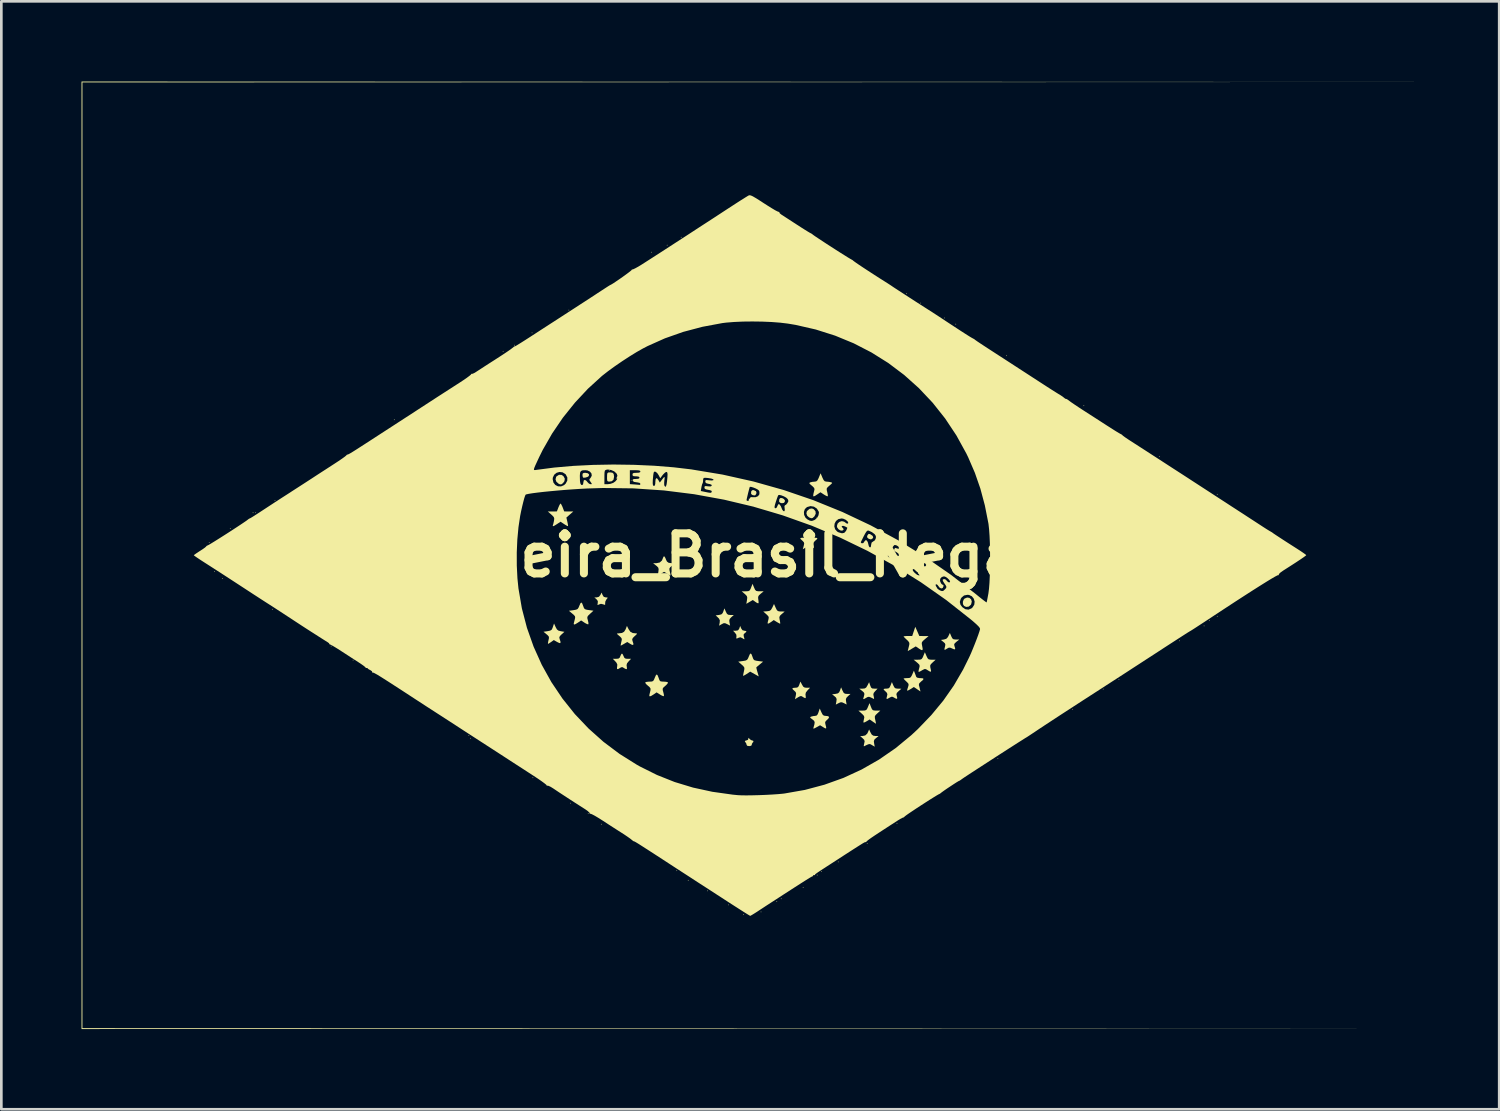
<source format=kicad_pcb>
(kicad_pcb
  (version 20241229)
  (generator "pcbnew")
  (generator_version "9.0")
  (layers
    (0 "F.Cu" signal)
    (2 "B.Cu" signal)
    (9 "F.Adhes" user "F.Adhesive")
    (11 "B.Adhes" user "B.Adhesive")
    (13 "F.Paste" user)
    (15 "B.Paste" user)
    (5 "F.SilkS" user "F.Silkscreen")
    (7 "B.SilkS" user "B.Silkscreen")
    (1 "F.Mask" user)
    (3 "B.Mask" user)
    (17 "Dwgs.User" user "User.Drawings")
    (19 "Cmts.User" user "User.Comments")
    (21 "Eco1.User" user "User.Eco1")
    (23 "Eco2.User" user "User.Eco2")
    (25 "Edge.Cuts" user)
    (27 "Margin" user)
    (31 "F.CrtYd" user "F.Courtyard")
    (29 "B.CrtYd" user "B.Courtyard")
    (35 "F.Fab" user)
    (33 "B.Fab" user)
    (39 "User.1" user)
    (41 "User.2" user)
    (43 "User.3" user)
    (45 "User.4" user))
  (footprint "Bandeira_Brasil_Negativo"
    (layer "F.Cu")
    (at 25.006 17.721)
    (property "Reference" "Bandeira_Brasil_Negativo" (at 0 0 0) (layer "F.SilkS") (effects (font (size 1.5 1.5) (thickness 0.3))))
    (attr board_only exclude_from_pos_files exclude_from_bom)
    (fp_poly (pts (xy -20.215 -0.476) (xy -20.231 -0.459) (xy -20.248 -0.476) (xy -20.231 -0.492)) (stroke (width 0) (type solid)) (fill yes) (layer "F.SilkS"))
    (fp_poly (pts (xy -20.018 0.607) (xy -20.034 0.624) (xy -20.051 0.607) (xy -20.034 0.591)) (stroke (width 0) (type solid)) (fill yes) (layer "F.SilkS"))
    (fp_poly (pts (xy -19.723 0.87) (xy -19.739 0.886) (xy -19.756 0.87) (xy -19.739 0.853)) (stroke (width 0) (type solid)) (fill yes) (layer "F.SilkS"))
    (fp_poly (pts (xy -19.427 -1.001) (xy -19.444 -0.984) (xy -19.46 -1.001) (xy -19.444 -1.017)) (stroke (width 0) (type solid)) (fill yes) (layer "F.SilkS"))
    (fp_poly (pts (xy -18.574 -1.592) (xy -18.591 -1.575) (xy -18.607 -1.592) (xy -18.591 -1.608)) (stroke (width 0) (type solid)) (fill yes) (layer "F.SilkS"))
    (fp_poly (pts (xy -18.476 -1.592) (xy -18.492 -1.575) (xy -18.509 -1.592) (xy -18.492 -1.608)) (stroke (width 0) (type solid)) (fill yes) (layer "F.SilkS"))
    (fp_poly (pts (xy -17.852 2.018) (xy -17.869 2.035) (xy -17.885 2.018) (xy -17.869 2.002)) (stroke (width 0) (type solid)) (fill yes) (layer "F.SilkS"))
    (fp_poly (pts (xy -17.754 -2.051) (xy -17.77 -2.035) (xy -17.787 -2.051) (xy -17.77 -2.067)) (stroke (width 0) (type solid)) (fill yes) (layer "F.SilkS"))
    (fp_poly (pts (xy -15.653 3.397) (xy -15.67 3.413) (xy -15.686 3.397) (xy -15.67 3.38)) (stroke (width 0) (type solid)) (fill yes) (layer "F.SilkS"))
    (fp_poly (pts (xy -14.833 3.922) (xy -14.849 3.938) (xy -14.866 3.922) (xy -14.849 3.905)) (stroke (width 0) (type solid)) (fill yes) (layer "F.SilkS"))
    (fp_poly (pts (xy -13.291 -5.07) (xy -13.307 -5.054) (xy -13.324 -5.07) (xy -13.307 -5.087)) (stroke (width 0) (type solid)) (fill yes) (layer "F.SilkS"))
    (fp_poly (pts (xy -10.501 6.744) (xy -10.518 6.76) (xy -10.534 6.744) (xy -10.518 6.727)) (stroke (width 0) (type solid)) (fill yes) (layer "F.SilkS"))
    (fp_poly (pts (xy -10.436 6.842) (xy -10.452 6.859) (xy -10.468 6.842) (xy -10.452 6.826)) (stroke (width 0) (type solid)) (fill yes) (layer "F.SilkS"))
    (fp_poly (pts (xy -9.221 -7.63) (xy -9.238 -7.613) (xy -9.254 -7.63) (xy -9.238 -7.646)) (stroke (width 0) (type solid)) (fill yes) (layer "F.SilkS"))
    (fp_poly (pts (xy -8.795 -7.86) (xy -8.811 -7.843) (xy -8.828 -7.86) (xy -8.811 -7.876)) (stroke (width 0) (type solid)) (fill yes) (layer "F.SilkS"))
    (fp_poly (pts (xy -8.139 -8.319) (xy -8.155 -8.303) (xy -8.171 -8.319) (xy -8.155 -8.335)) (stroke (width 0) (type solid)) (fill yes) (layer "F.SilkS"))
    (fp_poly (pts (xy -8.106 8.319) (xy -8.122 8.335) (xy -8.139 8.319) (xy -8.122 8.303)) (stroke (width 0) (type solid)) (fill yes) (layer "F.SilkS"))
    (fp_poly (pts (xy -6.76 -9.172) (xy -6.777 -9.156) (xy -6.793 -9.172) (xy -6.777 -9.189)) (stroke (width 0) (type solid)) (fill yes) (layer "F.SilkS"))
    (fp_poly (pts (xy -6.695 9.271) (xy -6.711 9.287) (xy -6.727 9.271) (xy -6.711 9.254)) (stroke (width 0) (type solid)) (fill yes) (layer "F.SilkS"))
    (fp_poly (pts (xy -6.038 9.664) (xy -6.055 9.681) (xy -6.071 9.664) (xy -6.055 9.648)) (stroke (width 0) (type solid)) (fill yes) (layer "F.SilkS"))
    (fp_poly (pts (xy -5.546 10.058) (xy -5.562 10.075) (xy -5.579 10.058) (xy -5.562 10.042)) (stroke (width 0) (type solid)) (fill yes) (layer "F.SilkS"))
    (fp_poly (pts (xy -5.251 -3.167) (xy -5.267 -3.15) (xy -5.283 -3.167) (xy -5.267 -3.183)) (stroke (width 0) (type solid)) (fill yes) (layer "F.SilkS"))
    (fp_poly (pts (xy -4.43 -2.806) (xy -4.447 -2.789) (xy -4.463 -2.806) (xy -4.447 -2.822)) (stroke (width 0) (type solid)) (fill yes) (layer "F.SilkS"))
    (fp_poly (pts (xy -3.675 -11.338) (xy -3.692 -11.322) (xy -3.708 -11.338) (xy -3.692 -11.355)) (stroke (width 0) (type solid)) (fill yes) (layer "F.SilkS"))
    (fp_poly (pts (xy -3.085 -11.601) (xy -3.101 -11.584) (xy -3.118 -11.601) (xy -3.101 -11.617)) (stroke (width 0) (type solid)) (fill yes) (layer "F.SilkS"))
    (fp_poly (pts (xy -2.724 11.798) (xy -2.74 11.814) (xy -2.757 11.798) (xy -2.74 11.781)) (stroke (width 0) (type solid)) (fill yes) (layer "F.SilkS"))
    (fp_poly (pts (xy -2.56 -11.896) (xy -2.576 -11.88) (xy -2.593 -11.896) (xy -2.576 -11.912)) (stroke (width 0) (type solid)) (fill yes) (layer "F.SilkS"))
    (fp_poly (pts (xy -2.297 12.159) (xy -2.314 12.175) (xy -2.33 12.159) (xy -2.314 12.142)) (stroke (width 0) (type solid)) (fill yes) (layer "F.SilkS"))
    (fp_poly (pts (xy -1.575 12.552) (xy -1.592 12.569) (xy -1.608 12.552) (xy -1.592 12.536)) (stroke (width 0) (type solid)) (fill yes) (layer "F.SilkS"))
    (fp_poly (pts (xy -0.788 13.077) (xy -0.804 13.094) (xy -0.82 13.077) (xy -0.804 13.061)) (stroke (width 0) (type solid)) (fill yes) (layer "F.SilkS"))
    (fp_poly (pts (xy -0.23 13.438) (xy -0.246 13.455) (xy -0.263 13.438) (xy -0.246 13.422)) (stroke (width 0) (type solid)) (fill yes) (layer "F.SilkS"))
    (fp_poly (pts (xy 0.427 13.34) (xy 0.41 13.356) (xy 0.394 13.34) (xy 0.41 13.324)) (stroke (width 0) (type solid)) (fill yes) (layer "F.SilkS"))
    (fp_poly (pts (xy 1.017 12.946) (xy 1.001 12.963) (xy 0.984 12.946) (xy 1.001 12.93)) (stroke (width 0) (type solid)) (fill yes) (layer "F.SilkS"))
    (fp_poly (pts (xy 1.181 12.848) (xy 1.165 12.864) (xy 1.149 12.848) (xy 1.165 12.831)) (stroke (width 0) (type solid)) (fill yes) (layer "F.SilkS"))
    (fp_poly (pts (xy 2.002 12.421) (xy 1.985 12.437) (xy 1.969 12.421) (xy 1.985 12.405)) (stroke (width 0) (type solid)) (fill yes) (layer "F.SilkS"))
    (fp_poly (pts (xy 2.494 -1.395) (xy 2.478 -1.378) (xy 2.461 -1.395) (xy 2.478 -1.411)) (stroke (width 0) (type solid)) (fill yes) (layer "F.SilkS"))
    (fp_poly (pts (xy 2.527 11.962) (xy 2.51 11.978) (xy 2.494 11.962) (xy 2.51 11.945)) (stroke (width 0) (type solid)) (fill yes) (layer "F.SilkS"))
    (fp_poly (pts (xy 2.691 11.83) (xy 2.675 11.847) (xy 2.658 11.83) (xy 2.675 11.814)) (stroke (width 0) (type solid)) (fill yes) (layer "F.SilkS"))
    (fp_poly (pts (xy 3.314 11.469) (xy 3.298 11.486) (xy 3.282 11.469) (xy 3.298 11.453)) (stroke (width 0) (type solid)) (fill yes) (layer "F.SilkS"))
    (fp_poly (pts (xy 4.397 10.78) (xy 4.381 10.797) (xy 4.365 10.78) (xy 4.381 10.764)) (stroke (width 0) (type solid)) (fill yes) (layer "F.SilkS"))
    (fp_poly (pts (xy 5.513 10.025) (xy 5.497 10.042) (xy 5.48 10.025) (xy 5.497 10.009)) (stroke (width 0) (type solid)) (fill yes) (layer "F.SilkS"))
    (fp_poly (pts (xy 5.874 -9.796) (xy 5.858 -9.779) (xy 5.841 -9.796) (xy 5.858 -9.812)) (stroke (width 0) (type solid)) (fill yes) (layer "F.SilkS"))
    (fp_poly (pts (xy 6.399 -9.435) (xy 6.383 -9.418) (xy 6.366 -9.435) (xy 6.383 -9.451)) (stroke (width 0) (type solid)) (fill yes) (layer "F.SilkS"))
    (fp_poly (pts (xy 7.285 -8.877) (xy 7.269 -8.86) (xy 7.252 -8.877) (xy 7.269 -8.893)) (stroke (width 0) (type solid)) (fill yes) (layer "F.SilkS"))
    (fp_poly (pts (xy 7.712 -8.647) (xy 7.695 -8.631) (xy 7.679 -8.647) (xy 7.695 -8.664)) (stroke (width 0) (type solid)) (fill yes) (layer "F.SilkS"))
    (fp_poly (pts (xy 9.287 7.597) (xy 9.271 7.613) (xy 9.254 7.597) (xy 9.271 7.581)) (stroke (width 0) (type solid)) (fill yes) (layer "F.SilkS"))
    (fp_poly (pts (xy 9.615 -7.466) (xy 9.599 -7.449) (xy 9.582 -7.466) (xy 9.599 -7.482)) (stroke (width 0) (type solid)) (fill yes) (layer "F.SilkS"))
    (fp_poly (pts (xy 12.076 5.759) (xy 12.06 5.776) (xy 12.044 5.759) (xy 12.06 5.743)) (stroke (width 0) (type solid)) (fill yes) (layer "F.SilkS"))
    (fp_poly (pts (xy 12.503 -5.595) (xy 12.487 -5.579) (xy 12.47 -5.595) (xy 12.487 -5.612)) (stroke (width 0) (type solid)) (fill yes) (layer "F.SilkS"))
    (fp_poly (pts (xy 13.225 5.005) (xy 13.209 5.021) (xy 13.192 5.005) (xy 13.209 4.988)) (stroke (width 0) (type solid)) (fill yes) (layer "F.SilkS"))
    (fp_poly (pts (xy 13.816 4.644) (xy 13.799 4.66) (xy 13.783 4.644) (xy 13.799 4.627)) (stroke (width 0) (type solid)) (fill yes) (layer "F.SilkS"))
    (fp_poly (pts (xy 15.325 -3.692) (xy 15.309 -3.675) (xy 15.293 -3.692) (xy 15.309 -3.708)) (stroke (width 0) (type solid)) (fill yes) (layer "F.SilkS"))
    (fp_poly (pts (xy 16.08 3.2) (xy 16.064 3.216) (xy 16.047 3.2) (xy 16.064 3.183)) (stroke (width 0) (type solid)) (fill yes) (layer "F.SilkS"))
    (fp_poly (pts (xy 16.999 2.642) (xy 16.983 2.658) (xy 16.966 2.642) (xy 16.983 2.625)) (stroke (width 0) (type solid)) (fill yes) (layer "F.SilkS"))
    (fp_poly (pts (xy 17.196 2.445) (xy 17.179 2.461) (xy 17.163 2.445) (xy 17.179 2.428)) (stroke (width 0) (type solid)) (fill yes) (layer "F.SilkS"))
    (fp_poly (pts (xy 17.491 -2.281) (xy 17.475 -2.264) (xy 17.458 -2.281) (xy 17.475 -2.297)) (stroke (width 0) (type solid)) (fill yes) (layer "F.SilkS"))
    (fp_poly (pts (xy 17.491 2.281) (xy 17.475 2.297) (xy 17.458 2.281) (xy 17.475 2.264)) (stroke (width 0) (type solid)) (fill yes) (layer "F.SilkS"))
    (fp_poly (pts (xy 0.142 -2.436) (xy 0.223 -2.396) (xy 0.242 -2.334) (xy 0.226 -2.291) (xy 0.198 -2.248) (xy 0.161 -2.239) (xy 0.09 -2.254) (xy 0.04 -2.294) (xy 0.041 -2.374) (xy 0.051 -2.406) (xy 0.095 -2.439)) (stroke (width 0) (type solid)) (fill yes) (layer "F.SilkS"))
    (fp_poly (pts (xy 1.204 -2.138) (xy 1.265 -2.105) (xy 1.303 -2.054) (xy 1.306 -2.023) (xy 1.273 -1.962) (xy 1.196 -1.948) (xy 1.14 -1.958) (xy 1.09 -1.999) (xy 1.091 -2.078) (xy 1.102 -2.111) (xy 1.141 -2.144)) (stroke (width 0) (type solid)) (fill yes) (layer "F.SilkS"))
    (fp_poly (pts (xy 0.008 -17.713) (xy 25.023 -17.705) (xy 0.025 -17.696) (xy -24.973 -17.688) (xy -24.973 0) (xy -24.973 17.688) (xy 0.025 17.696) (xy 25.023 17.705) (xy 0.008 17.713) (xy -25.006 17.721) (xy -25.006 0) (xy -25.006 -17.721)) (stroke (width 0) (type solid)) (fill yes) (layer "F.SilkS"))
    (fp_poly (pts (xy 4.481 -0.795) (xy 4.505 -0.783) (xy 4.588 -0.724) (xy 4.606 -0.666) (xy 4.588 -0.633) (xy 4.525 -0.593) (xy 4.446 -0.615) (xy 4.416 -0.634) (xy 4.376 -0.678) (xy 4.386 -0.734) (xy 4.395 -0.75) (xy 4.432 -0.799)) (stroke (width 0) (type solid)) (fill yes) (layer "F.SilkS"))
    (fp_poly (pts (xy -7.052 -3.008) (xy -6.979 -2.959) (xy -6.929 -2.865) (xy -6.944 -2.769) (xy -6.998 -2.699) (xy -7.057 -2.654) (xy -7.108 -2.653) (xy -7.162 -2.678) (xy -7.244 -2.749) (xy -7.276 -2.839) (xy -7.254 -2.929) (xy -7.235 -2.955) (xy -7.148 -3.01)) (stroke (width 0) (type solid)) (fill yes) (layer "F.SilkS"))
    (fp_poly (pts (xy -6.067 -3.068) (xy -6.022 -3.025) (xy -6.032 -2.965) (xy -6.033 -2.964) (xy -6.08 -2.931) (xy -6.153 -2.908) (xy -6.22 -2.901) (xy -6.247 -2.91) (xy -6.263 -2.957) (xy -6.268 -3.008) (xy -6.258 -3.061) (xy -6.215 -3.082) (xy -6.157 -3.085)) (stroke (width 0) (type solid)) (fill yes) (layer "F.SilkS"))
    (fp_poly (pts (xy 8.205 1.593) (xy 8.268 1.647) (xy 8.294 1.729) (xy 8.273 1.825) (xy 8.258 1.852) (xy 8.18 1.92) (xy 8.084 1.931) (xy 8.004 1.894) (xy 7.964 1.827) (xy 7.961 1.736) (xy 7.994 1.652) (xy 8.025 1.619) (xy 8.12 1.58)) (stroke (width 0) (type solid)) (fill yes) (layer "F.SilkS"))
    (fp_poly (pts (xy 2.381 -1.724) (xy 2.447 -1.648) (xy 2.457 -1.554) (xy 2.41 -1.459) (xy 2.396 -1.444) (xy 2.339 -1.394) (xy 2.29 -1.386) (xy 2.218 -1.413) (xy 2.206 -1.419) (xy 2.138 -1.48) (xy 2.108 -1.564) (xy 2.125 -1.646) (xy 2.135 -1.659) (xy 2.226 -1.738) (xy 2.316 -1.752)) (stroke (width 0) (type solid)) (fill yes) (layer "F.SilkS"))
    (fp_poly (pts (xy -5.146 -3.089) (xy -5.101 -3.042) (xy -5.087 -2.947) (xy -5.087 -2.935) (xy -5.107 -2.829) (xy -5.17 -2.771) (xy -5.257 -2.757) (xy -5.314 -2.761) (xy -5.341 -2.788) (xy -5.349 -2.854) (xy -5.349 -2.904) (xy -5.347 -3.013) (xy -5.336 -3.072) (xy -5.307 -3.096) (xy -5.25 -3.101) (xy -5.234 -3.101)) (stroke (width 0) (type solid)) (fill yes) (layer "F.SilkS"))
    (fp_poly (pts (xy -0.04 6.841) (xy -0.02 6.867) (xy 0.038 6.914) (xy 0.077 6.924) (xy 0.125 6.944) (xy 0.122 6.985) (xy 0.098 7.006) (xy 0.07 7.053) (xy 0.066 7.082) (xy 0.044 7.124) (xy -0.029 7.138) (xy -0.033 7.138) (xy -0.108 7.125) (xy -0.131 7.084) (xy -0.131 7.082) (xy -0.148 7.023) (xy -0.164 7.006) (xy -0.196 6.965) (xy -0.172 6.932) (xy -0.131 6.924) (xy -0.076 6.901) (xy -0.065 6.867) (xy -0.06 6.827)) (stroke (width 0) (type solid)) (fill yes) (layer "F.SilkS"))
    (fp_poly (pts (xy -5.517 1.485) (xy -5.471 1.555) (xy -5.396 1.575) (xy -5.394 1.575) (xy -5.334 1.578) (xy -5.33 1.598) (xy -5.368 1.644) (xy -5.412 1.725) (xy -5.42 1.792) (xy -5.419 1.847) (xy -5.447 1.853) (xy -5.49 1.835) (xy -5.577 1.815) (xy -5.645 1.838) (xy -5.697 1.861) (xy -5.708 1.841) (xy -5.697 1.79) (xy -5.694 1.711) (xy -5.742 1.647) (xy -5.75 1.64) (xy -5.825 1.577) (xy -5.736 1.576) (xy -5.651 1.551) (xy -5.599 1.485) (xy -5.551 1.395)) (stroke (width 0) (type solid)) (fill yes) (layer "F.SilkS"))
    (fp_poly (pts (xy -0.333 2.732) (xy -0.284 2.803) (xy -0.214 2.822) (xy -0.146 2.833) (xy -0.139 2.865) (xy -0.195 2.912) (xy -0.237 2.953) (xy -0.239 3.013) (xy -0.23 3.051) (xy -0.21 3.125) (xy -0.217 3.144) (xy -0.262 3.118) (xy -0.287 3.1) (xy -0.361 3.067) (xy -0.424 3.083) (xy -0.493 3.114) (xy -0.518 3.102) (xy -0.508 3.049) (xy -0.512 2.971) (xy -0.561 2.901) (xy -0.635 2.822) (xy -0.534 2.822) (xy -0.454 2.809) (xy -0.41 2.757) (xy -0.4 2.732) (xy -0.369 2.642)) (stroke (width 0) (type solid)) (fill yes) (layer "F.SilkS"))
    (fp_poly (pts (xy 3.459 5.062) (xy 3.501 5.142) (xy 3.549 5.177) (xy 3.629 5.186) (xy 3.635 5.186) (xy 3.757 5.187) (xy 3.664 5.269) (xy 3.602 5.335) (xy 3.584 5.398) (xy 3.592 5.467) (xy 3.613 5.582) (xy 3.513 5.531) (xy 3.438 5.498) (xy 3.379 5.501) (xy 3.31 5.532) (xy 3.208 5.585) (xy 3.23 5.465) (xy 3.239 5.378) (xy 3.214 5.321) (xy 3.161 5.273) (xy 3.069 5.201) (xy 3.197 5.185) (xy 3.286 5.165) (xy 3.335 5.123) (xy 3.366 5.054) (xy 3.406 4.939)) (stroke (width 0) (type solid)) (fill yes) (layer "F.SilkS"))
    (fp_poly (pts (xy -0.906 2.108) (xy -0.864 2.189) (xy -0.816 2.224) (xy -0.735 2.233) (xy -0.73 2.233) (xy -0.607 2.234) (xy -0.699 2.314) (xy -0.76 2.379) (xy -0.777 2.444) (xy -0.769 2.513) (xy -0.746 2.631) (xy -0.855 2.575) (xy -0.931 2.541) (xy -0.985 2.539) (xy -1.051 2.572) (xy -1.06 2.577) (xy -1.158 2.634) (xy -1.136 2.521) (xy -1.13 2.433) (xy -1.162 2.367) (xy -1.2 2.328) (xy -1.286 2.248) (xy -1.163 2.232) (xy -1.075 2.211) (xy -1.026 2.164) (xy -0.999 2.1) (xy -0.959 1.985)) (stroke (width 0) (type solid)) (fill yes) (layer "F.SilkS"))
    (fp_poly (pts (xy 4.499 6.613) (xy 4.55 6.704) (xy 4.608 6.747) (xy 4.697 6.76) (xy 4.709 6.76) (xy 4.808 6.761) (xy 4.713 6.837) (xy 4.651 6.895) (xy 4.631 6.954) (xy 4.641 7.036) (xy 4.664 7.16) (xy 4.565 7.102) (xy 4.513 7.072) (xy 4.471 7.06) (xy 4.423 7.07) (xy 4.348 7.103) (xy 4.26 7.147) (xy 4.253 7.127) (xy 4.264 7.063) (xy 4.27 7.041) (xy 4.286 6.958) (xy 4.269 6.902) (xy 4.21 6.843) (xy 4.118 6.762) (xy 4.201 6.761) (xy 4.308 6.739) (xy 4.383 6.67) (xy 4.415 6.607) (xy 4.454 6.514)) (stroke (width 0) (type solid)) (fill yes) (layer "F.SilkS"))
    (fp_poly (pts (xy 0.15 1.206) (xy 0.189 1.291) (xy 0.23 1.332) (xy 0.297 1.345) (xy 0.358 1.346) (xy 0.509 1.347) (xy 0.398 1.439) (xy 0.329 1.502) (xy 0.302 1.557) (xy 0.305 1.634) (xy 0.311 1.668) (xy 0.322 1.762) (xy 0.308 1.798) (xy 0.26 1.782) (xy 0.196 1.739) (xy 0.104 1.673) (xy -0.018 1.744) (xy -0.139 1.816) (xy -0.115 1.676) (xy -0.105 1.585) (xy -0.12 1.525) (xy -0.174 1.467) (xy -0.202 1.442) (xy -0.312 1.348) (xy -0.163 1.347) (xy -0.07 1.342) (xy -0.018 1.319) (xy 0.018 1.261) (xy 0.04 1.206) (xy 0.093 1.067)) (stroke (width 0) (type solid)) (fill yes) (layer "F.SilkS"))
    (fp_poly (pts (xy 1.944 4.839) (xy 1.992 4.917) (xy 2.048 4.949) (xy 2.124 4.955) (xy 2.244 4.955) (xy 2.151 5.052) (xy 2.09 5.129) (xy 2.073 5.2) (xy 2.079 5.249) (xy 2.086 5.324) (xy 2.063 5.345) (xy 2.003 5.316) (xy 1.976 5.298) (xy 1.923 5.267) (xy 1.875 5.27) (xy 1.804 5.306) (xy 1.791 5.315) (xy 1.68 5.383) (xy 1.709 5.259) (xy 1.723 5.173) (xy 1.707 5.118) (xy 1.657 5.069) (xy 1.592 5.007) (xy 1.585 4.972) (xy 1.639 4.957) (xy 1.688 4.955) (xy 1.766 4.947) (xy 1.811 4.91) (xy 1.843 4.839) (xy 1.884 4.724)) (stroke (width 0) (type solid)) (fill yes) (layer "F.SilkS"))
    (fp_poly (pts (xy 7.526 3.028) (xy 7.566 3.107) (xy 7.613 3.142) (xy 7.693 3.151) (xy 7.702 3.151) (xy 7.827 3.151) (xy 7.721 3.234) (xy 7.655 3.294) (xy 7.634 3.342) (xy 7.648 3.4) (xy 7.674 3.486) (xy 7.665 3.52) (xy 7.612 3.51) (xy 7.566 3.489) (xy 7.488 3.456) (xy 7.435 3.455) (xy 7.376 3.486) (xy 7.371 3.49) (xy 7.299 3.533) (xy 7.271 3.532) (xy 7.276 3.479) (xy 7.29 3.427) (xy 7.306 3.345) (xy 7.289 3.293) (xy 7.23 3.239) (xy 7.139 3.167) (xy 7.253 3.15) (xy 7.341 3.124) (xy 7.398 3.063) (xy 7.421 3.02) (xy 7.475 2.905)) (stroke (width 0) (type solid)) (fill yes) (layer "F.SilkS"))
    (fp_poly (pts (xy 6.257 2.847) (xy 6.332 3.019) (xy 6.505 3.021) (xy 6.678 3.022) (xy 6.542 3.137) (xy 6.465 3.205) (xy 6.428 3.256) (xy 6.423 3.311) (xy 6.437 3.386) (xy 6.457 3.494) (xy 6.451 3.545) (xy 6.412 3.546) (xy 6.335 3.5) (xy 6.324 3.493) (xy 6.199 3.408) (xy 6.049 3.497) (xy 5.898 3.585) (xy 5.919 3.499) (xy 5.943 3.401) (xy 5.958 3.336) (xy 5.958 3.275) (xy 5.917 3.211) (xy 5.86 3.157) (xy 5.791 3.093) (xy 5.749 3.048) (xy 5.743 3.037) (xy 5.772 3.027) (xy 5.848 3.02) (xy 5.904 3.019) (xy 6.066 3.019) (xy 6.123 2.847) (xy 6.181 2.675)) (stroke (width 0) (type solid)) (fill yes) (layer "F.SilkS"))
    (fp_poly (pts (xy -4.763 3.703) (xy -4.732 3.77) (xy -4.73 3.774) (xy -4.698 3.84) (xy -4.647 3.868) (xy -4.573 3.872) (xy -4.451 3.872) (xy -4.542 3.968) (xy -4.602 4.043) (xy -4.619 4.111) (xy -4.611 4.165) (xy -4.603 4.24) (xy -4.628 4.262) (xy -4.691 4.234) (xy -4.718 4.215) (xy -4.779 4.182) (xy -4.829 4.192) (xy -4.864 4.215) (xy -4.94 4.259) (xy -4.975 4.252) (xy -4.977 4.193) (xy -4.971 4.165) (xy -4.965 4.086) (xy -4.996 4.019) (xy -5.04 3.968) (xy -5.132 3.872) (xy -5.009 3.872) (xy -4.924 3.865) (xy -4.878 3.832) (xy -4.852 3.774) (xy -4.821 3.706) (xy -4.792 3.676) (xy -4.791 3.675)) (stroke (width 0) (type solid)) (fill yes) (layer "F.SilkS"))
    (fp_poly (pts (xy -3.165 0.107) (xy -3.151 0.145) (xy -3.109 0.233) (xy -3.046 0.28) (xy -2.942 0.295) (xy -2.911 0.295) (xy -2.808 0.295) (xy -2.922 0.39) (xy -2.99 0.452) (xy -3.018 0.501) (xy -3.012 0.566) (xy -2.999 0.62) (xy -2.98 0.702) (xy -2.976 0.75) (xy -2.979 0.755) (xy -3.014 0.739) (xy -3.083 0.7) (xy -3.105 0.686) (xy -3.216 0.618) (xy -3.334 0.691) (xy -3.451 0.763) (xy -3.429 0.616) (xy -3.419 0.522) (xy -3.433 0.463) (xy -3.482 0.41) (xy -3.517 0.382) (xy -3.626 0.296) (xy -3.506 0.296) (xy -3.379 0.27) (xy -3.296 0.195) (xy -3.262 0.113) (xy -3.234 0.046) (xy -3.201 0.044)) (stroke (width 0) (type solid)) (fill yes) (layer "F.SilkS"))
    (fp_poly (pts (xy 5.358 4.865) (xy 5.4 4.945) (xy 5.448 4.98) (xy 5.529 4.989) (xy 5.536 4.989) (xy 5.661 4.991) (xy 5.559 5.08) (xy 5.495 5.143) (xy 5.474 5.194) (xy 5.488 5.259) (xy 5.488 5.261) (xy 5.507 5.342) (xy 5.488 5.371) (xy 5.428 5.348) (xy 5.399 5.33) (xy 5.333 5.293) (xy 5.281 5.294) (xy 5.218 5.327) (xy 5.14 5.37) (xy 5.106 5.372) (xy 5.108 5.327) (xy 5.122 5.275) (xy 5.137 5.195) (xy 5.114 5.139) (xy 5.071 5.096) (xy 5.006 5.034) (xy 4.998 5.002) (xy 5.046 4.989) (xy 5.099 4.988) (xy 5.174 4.98) (xy 5.22 4.944) (xy 5.257 4.865) (xy 5.306 4.742)) (stroke (width 0) (type solid)) (fill yes) (layer "F.SilkS"))
    (fp_poly (pts (xy -7.272 2.685) (xy -7.224 2.772) (xy -7.169 2.817) (xy -7.079 2.84) (xy -7.078 2.84) (xy -6.944 2.863) (xy -7.048 2.957) (xy -7.113 3.022) (xy -7.135 3.073) (xy -7.122 3.132) (xy -7.121 3.135) (xy -7.089 3.235) (xy -7.094 3.283) (xy -7.138 3.282) (xy -7.214 3.244) (xy -7.34 3.171) (xy -7.441 3.243) (xy -7.51 3.289) (xy -7.554 3.313) (xy -7.558 3.314) (xy -7.56 3.286) (xy -7.548 3.215) (xy -7.539 3.178) (xy -7.521 3.091) (xy -7.53 3.036) (xy -7.577 2.984) (xy -7.616 2.952) (xy -7.726 2.861) (xy -7.573 2.838) (xy -7.478 2.819) (xy -7.424 2.788) (xy -7.391 2.726) (xy -7.376 2.683) (xy -7.332 2.551)) (stroke (width 0) (type solid)) (fill yes) (layer "F.SilkS"))
    (fp_poly (pts (xy 4.494 4.867) (xy 4.527 4.947) (xy 4.57 4.981) (xy 4.649 4.988) (xy 4.652 4.988) (xy 4.771 4.988) (xy 4.683 5.08) (xy 4.626 5.149) (xy 4.612 5.209) (xy 4.626 5.279) (xy 4.64 5.347) (xy 4.636 5.375) (xy 4.634 5.375) (xy 4.59 5.353) (xy 4.522 5.319) (xy 4.448 5.292) (xy 4.387 5.306) (xy 4.351 5.328) (xy 4.27 5.374) (xy 4.235 5.379) (xy 4.233 5.373) (xy 4.241 5.34) (xy 4.261 5.268) (xy 4.264 5.259) (xy 4.278 5.186) (xy 4.26 5.135) (xy 4.199 5.078) (xy 4.19 5.071) (xy 4.086 4.989) (xy 4.208 4.988) (xy 4.292 4.98) (xy 4.345 4.945) (xy 4.392 4.867) (xy 4.454 4.747)) (stroke (width 0) (type solid)) (fill yes) (layer "F.SilkS"))
    (fp_poly (pts (xy -7.064 -1.908) (xy -7.028 -1.837) (xy -7.008 -1.789) (xy -6.952 -1.641) (xy -6.782 -1.639) (xy -6.613 -1.638) (xy -6.741 -1.525) (xy -6.87 -1.411) (xy -6.834 -1.255) (xy -6.815 -1.163) (xy -6.808 -1.102) (xy -6.809 -1.089) (xy -6.84 -1.099) (xy -6.907 -1.137) (xy -6.954 -1.167) (xy -7.088 -1.256) (xy -7.219 -1.169) (xy -7.315 -1.109) (xy -7.367 -1.087) (xy -7.381 -1.101) (xy -7.373 -1.13) (xy -7.355 -1.193) (xy -7.335 -1.284) (xy -7.333 -1.295) (xy -7.324 -1.37) (xy -7.34 -1.426) (xy -7.392 -1.485) (xy -7.437 -1.526) (xy -7.564 -1.638) (xy -7.395 -1.639) (xy -7.225 -1.641) (xy -7.169 -1.789) (xy -7.131 -1.875) (xy -7.1 -1.928) (xy -7.088 -1.936)) (stroke (width 0) (type solid)) (fill yes) (layer "F.SilkS"))
    (fp_poly (pts (xy 0.958 1.961) (xy 1.001 2.046) (xy 1.043 2.087) (xy 1.11 2.1) (xy 1.158 2.102) (xy 1.296 2.103) (xy 1.188 2.195) (xy 1.122 2.258) (xy 1.096 2.311) (xy 1.103 2.384) (xy 1.111 2.424) (xy 1.126 2.507) (xy 1.128 2.555) (xy 1.124 2.56) (xy 1.088 2.544) (xy 1.019 2.505) (xy 0.997 2.492) (xy 0.887 2.423) (xy 0.791 2.492) (xy 0.709 2.545) (xy 0.667 2.557) (xy 0.656 2.535) (xy 0.665 2.489) (xy 0.685 2.411) (xy 0.687 2.405) (xy 0.7 2.334) (xy 0.685 2.282) (xy 0.629 2.223) (xy 0.605 2.202) (xy 0.494 2.104) (xy 0.633 2.094) (xy 0.723 2.081) (xy 0.778 2.047) (xy 0.823 1.974) (xy 0.834 1.953) (xy 0.896 1.821)) (stroke (width 0) (type solid)) (fill yes) (layer "F.SilkS"))
    (fp_poly (pts (xy 4.522 5.669) (xy 4.559 5.755) (xy 4.598 5.796) (xy 4.665 5.808) (xy 4.724 5.809) (xy 4.873 5.81) (xy 4.762 5.912) (xy 4.694 5.978) (xy 4.667 6.031) (xy 4.671 6.1) (xy 4.684 6.157) (xy 4.702 6.243) (xy 4.712 6.294) (xy 4.712 6.301) (xy 4.685 6.284) (xy 4.622 6.243) (xy 4.591 6.221) (xy 4.473 6.141) (xy 4.366 6.206) (xy 4.294 6.245) (xy 4.249 6.258) (xy 4.244 6.257) (xy 4.242 6.219) (xy 4.257 6.145) (xy 4.26 6.132) (xy 4.274 6.061) (xy 4.261 6.009) (xy 4.211 5.952) (xy 4.172 5.916) (xy 4.053 5.811) (xy 4.204 5.81) (xy 4.298 5.805) (xy 4.351 5.783) (xy 4.388 5.725) (xy 4.412 5.669) (xy 4.469 5.53)) (stroke (width 0) (type solid)) (fill yes) (layer "F.SilkS"))
    (fp_poly (pts (xy -4.545 2.762) (xy -4.478 2.859) (xy -4.387 2.908) (xy -4.273 2.92) (xy -4.232 2.924) (xy -4.231 2.942) (xy -4.273 2.986) (xy -4.313 3.021) (xy -4.382 3.089) (xy -4.408 3.139) (xy -4.4 3.193) (xy -4.396 3.204) (xy -4.364 3.304) (xy -4.369 3.351) (xy -4.413 3.35) (xy -4.48 3.314) (xy -4.595 3.243) (xy -4.712 3.312) (xy -4.786 3.354) (xy -4.833 3.378) (xy -4.839 3.38) (xy -4.838 3.352) (xy -4.824 3.281) (xy -4.815 3.244) (xy -4.797 3.157) (xy -4.806 3.102) (xy -4.852 3.05) (xy -4.893 3.015) (xy -4.96 2.958) (xy -4.979 2.931) (xy -4.956 2.922) (xy -4.922 2.921) (xy -4.795 2.906) (xy -4.712 2.861) (xy -4.657 2.774) (xy -4.652 2.762) (xy -4.605 2.642)) (stroke (width 0) (type solid)) (fill yes) (layer "F.SilkS"))
    (fp_poly (pts (xy 0.056 3.705) (xy 0.093 3.803) (xy 0.096 3.813) (xy 0.123 3.883) (xy 0.159 3.923) (xy 0.225 3.943) (xy 0.311 3.956) (xy 0.487 3.978) (xy 0.366 4.08) (xy 0.294 4.14) (xy 0.246 4.18) (xy 0.236 4.188) (xy 0.238 4.22) (xy 0.256 4.295) (xy 0.275 4.362) (xy 0.325 4.531) (xy 0.166 4.441) (xy 0.006 4.352) (xy -0.128 4.441) (xy -0.205 4.487) (xy -0.253 4.508) (xy -0.262 4.505) (xy -0.254 4.46) (xy -0.237 4.376) (xy -0.228 4.336) (xy -0.211 4.249) (xy -0.218 4.192) (xy -0.258 4.14) (xy -0.318 4.086) (xy -0.442 3.979) (xy -0.272 3.956) (xy -0.171 3.939) (xy -0.113 3.912) (xy -0.076 3.859) (xy -0.046 3.786) (xy -0.007 3.698) (xy 0.025 3.671)) (stroke (width 0) (type solid)) (fill yes) (layer "F.SilkS"))
    (fp_poly (pts (xy 2.227 -0.826) (xy 2.258 -0.759) (xy 2.259 -0.755) (xy 2.293 -0.687) (xy 2.347 -0.66) (xy 2.41 -0.656) (xy 2.497 -0.651) (xy 2.521 -0.629) (xy 2.485 -0.585) (xy 2.444 -0.551) (xy 2.388 -0.494) (xy 2.375 -0.427) (xy 2.382 -0.374) (xy 2.389 -0.292) (xy 2.364 -0.266) (xy 2.303 -0.293) (xy 2.274 -0.312) (xy 2.222 -0.34) (xy 2.173 -0.337) (xy 2.099 -0.3) (xy 2.088 -0.294) (xy 1.973 -0.226) (xy 2.007 -0.349) (xy 2.025 -0.434) (xy 2.013 -0.488) (xy 1.962 -0.542) (xy 1.956 -0.547) (xy 1.89 -0.609) (xy 1.88 -0.642) (xy 1.928 -0.655) (xy 1.987 -0.656) (xy 2.07 -0.665) (xy 2.115 -0.702) (xy 2.138 -0.755) (xy 2.169 -0.823) (xy 2.198 -0.853) (xy 2.199 -0.853)) (stroke (width 0) (type solid)) (fill yes) (layer "F.SilkS"))
    (fp_poly (pts (xy 2.667 5.868) (xy 2.713 5.957) (xy 2.76 5.997) (xy 2.815 6.006) (xy 2.918 6.017) (xy 2.958 6.049) (xy 2.936 6.101) (xy 2.892 6.145) (xy 2.828 6.206) (xy 2.808 6.258) (xy 2.822 6.332) (xy 2.824 6.338) (xy 2.848 6.435) (xy 2.845 6.476) (xy 2.807 6.471) (xy 2.737 6.43) (xy 2.62 6.358) (xy 2.488 6.432) (xy 2.408 6.474) (xy 2.373 6.485) (xy 2.369 6.464) (xy 2.374 6.444) (xy 2.407 6.325) (xy 2.417 6.249) (xy 2.4 6.198) (xy 2.354 6.155) (xy 2.327 6.135) (xy 2.263 6.085) (xy 2.247 6.057) (xy 2.276 6.038) (xy 2.284 6.035) (xy 2.367 6.014) (xy 2.431 6.008) (xy 2.49 5.995) (xy 2.53 5.948) (xy 2.562 5.868) (xy 2.607 5.731)) (stroke (width 0) (type solid)) (fill yes) (layer "F.SilkS"))
    (fp_poly (pts (xy 6.599 3.766) (xy 6.64 3.851) (xy 6.682 3.892) (xy 6.749 3.905) (xy 6.8 3.906) (xy 6.941 3.907) (xy 6.831 4.007) (xy 6.764 4.073) (xy 6.738 4.126) (xy 6.743 4.193) (xy 6.753 4.236) (xy 6.772 4.324) (xy 6.762 4.357) (xy 6.715 4.342) (xy 6.646 4.3) (xy 6.58 4.26) (xy 6.532 4.254) (xy 6.472 4.281) (xy 6.439 4.3) (xy 6.356 4.347) (xy 6.315 4.362) (xy 6.301 4.35) (xy 6.301 4.34) (xy 6.309 4.294) (xy 6.329 4.216) (xy 6.331 4.21) (xy 6.345 4.141) (xy 6.33 4.091) (xy 6.277 4.037) (xy 6.241 4.006) (xy 6.12 3.907) (xy 6.273 3.906) (xy 6.367 3.902) (xy 6.42 3.88) (xy 6.457 3.824) (xy 6.482 3.766) (xy 6.539 3.626)) (stroke (width 0) (type solid)) (fill yes) (layer "F.SilkS"))
    (fp_poly (pts (xy -6.278 1.801) (xy -6.241 1.899) (xy -6.238 1.907) (xy -6.211 1.978) (xy -6.173 2.017) (xy -6.104 2.038) (xy -6.029 2.049) (xy -5.858 2.072) (xy -5.982 2.186) (xy -6.054 2.255) (xy -6.086 2.306) (xy -6.085 2.361) (xy -6.067 2.43) (xy -6.047 2.516) (xy -6.045 2.573) (xy -6.049 2.581) (xy -6.086 2.577) (xy -6.156 2.543) (xy -6.194 2.52) (xy -6.319 2.437) (xy -6.432 2.515) (xy -6.528 2.574) (xy -6.581 2.591) (xy -6.596 2.568) (xy -6.588 2.523) (xy -6.567 2.442) (xy -6.56 2.415) (xy -6.542 2.336) (xy -6.548 2.283) (xy -6.589 2.233) (xy -6.65 2.181) (xy -6.775 2.076) (xy -6.607 2.053) (xy -6.507 2.035) (xy -6.449 2.008) (xy -6.412 1.953) (xy -6.383 1.882) (xy -6.343 1.793) (xy -6.31 1.766)) (stroke (width 0) (type solid)) (fill yes) (layer "F.SilkS"))
    (fp_poly (pts (xy 6.167 4.414) (xy 6.198 4.496) (xy 6.219 4.553) (xy 6.259 4.58) (xy 6.343 4.594) (xy 6.365 4.594) (xy 6.459 4.601) (xy 6.491 4.624) (xy 6.463 4.669) (xy 6.398 4.722) (xy 6.327 4.792) (xy 6.314 4.851) (xy 6.334 4.924) (xy 6.353 5.001) (xy 6.376 5.095) (xy 6.252 5.011) (xy 6.128 4.927) (xy 6.001 5.007) (xy 5.927 5.049) (xy 5.881 5.064) (xy 5.874 5.059) (xy 5.884 5.011) (xy 5.909 4.932) (xy 5.912 4.922) (xy 5.932 4.849) (xy 5.921 4.799) (xy 5.871 4.743) (xy 5.846 4.721) (xy 5.783 4.66) (xy 5.746 4.618) (xy 5.743 4.611) (xy 5.772 4.601) (xy 5.845 4.595) (xy 5.876 4.594) (xy 5.959 4.589) (xy 6.009 4.564) (xy 6.048 4.501) (xy 6.069 4.455) (xy 6.129 4.315)) (stroke (width 0) (type solid)) (fill yes) (layer "F.SilkS"))
    (fp_poly (pts (xy 2.704 -2.912) (xy 2.75 -2.817) (xy 2.793 -2.77) (xy 2.847 -2.756) (xy 2.853 -2.756) (xy 2.954 -2.747) (xy 3.017 -2.734) (xy 3.062 -2.72) (xy 3.07 -2.7) (xy 3.035 -2.663) (xy 2.973 -2.609) (xy 2.9 -2.545) (xy 2.868 -2.496) (xy 2.869 -2.438) (xy 2.887 -2.365) (xy 2.906 -2.277) (xy 2.911 -2.217) (xy 2.907 -2.207) (xy 2.872 -2.213) (xy 2.803 -2.248) (xy 2.761 -2.274) (xy 2.634 -2.358) (xy 2.516 -2.278) (xy 2.43 -2.222) (xy 2.383 -2.202) (xy 2.365 -2.216) (xy 2.363 -2.24) (xy 2.371 -2.298) (xy 2.392 -2.384) (xy 2.395 -2.394) (xy 2.411 -2.466) (xy 2.399 -2.517) (xy 2.35 -2.57) (xy 2.309 -2.605) (xy 2.239 -2.666) (xy 2.217 -2.7) (xy 2.235 -2.72) (xy 2.252 -2.728) (xy 2.331 -2.747) (xy 2.412 -2.754) (xy 2.475 -2.764) (xy 2.518 -2.799) (xy 2.56 -2.877) (xy 2.575 -2.913) (xy 2.639 -3.068)) (stroke (width 0) (type solid)) (fill yes) (layer "F.SilkS"))
    (fp_poly (pts (xy -3.457 4.49) (xy -3.419 4.587) (xy -3.414 4.603) (xy -3.385 4.679) (xy -3.347 4.715) (xy -3.277 4.725) (xy -3.232 4.726) (xy -3.14 4.732) (xy -3.08 4.748) (xy -3.07 4.756) (xy -3.082 4.792) (xy -3.133 4.851) (xy -3.169 4.883) (xy -3.24 4.945) (xy -3.268 4.992) (xy -3.264 5.052) (xy -3.246 5.116) (xy -3.225 5.202) (xy -3.221 5.26) (xy -3.224 5.27) (xy -3.26 5.265) (xy -3.33 5.232) (xy -3.369 5.208) (xy -3.496 5.128) (xy -3.609 5.206) (xy -3.703 5.264) (xy -3.754 5.278) (xy -3.769 5.249) (xy -3.761 5.201) (xy -3.737 5.103) (xy -3.723 5.043) (xy -3.723 4.983) (xy -3.763 4.926) (xy -3.822 4.877) (xy -3.888 4.817) (xy -3.921 4.769) (xy -3.92 4.756) (xy -3.878 4.737) (xy -3.796 4.727) (xy -3.76 4.726) (xy -3.674 4.722) (xy -3.624 4.701) (xy -3.589 4.645) (xy -3.561 4.575) (xy -3.521 4.486) (xy -3.489 4.457)) (stroke (width 0) (type solid)) (fill yes) (layer "F.SilkS"))
    (fp_poly (pts (xy 0.034 -13.458) (xy 0.103 -13.427) (xy 0.201 -13.37) (xy 0.338 -13.285) (xy 0.512 -13.172) (xy 0.673 -13.069) (xy 0.818 -12.979) (xy 0.937 -12.908) (xy 1.021 -12.864) (xy 1.056 -12.851) (xy 1.095 -12.839) (xy 1.096 -12.826) (xy 1.11 -12.794) (xy 1.165 -12.749) (xy 1.172 -12.744) (xy 1.23 -12.707) (xy 1.331 -12.641) (xy 1.464 -12.555) (xy 1.619 -12.454) (xy 1.735 -12.379) (xy 1.894 -12.276) (xy 2.036 -12.186) (xy 2.152 -12.114) (xy 2.231 -12.067) (xy 2.26 -12.052) (xy 2.315 -12.022) (xy 2.33 -12.009) (xy 2.363 -11.983) (xy 2.441 -11.928) (xy 2.557 -11.851) (xy 2.701 -11.756) (xy 2.864 -11.649) (xy 3.038 -11.537) (xy 3.213 -11.424) (xy 3.381 -11.317) (xy 3.533 -11.222) (xy 3.659 -11.143) (xy 3.751 -11.088) (xy 3.799 -11.061) (xy 3.804 -11.059) (xy 3.844 -11.035) (xy 3.845 -11.032) (xy 3.876 -11.006) (xy 3.955 -10.949) (xy 4.076 -10.866) (xy 4.232 -10.762) (xy 4.415 -10.642) (xy 4.62 -10.509) (xy 4.839 -10.368) (xy 5.029 -10.248) (xy 5.149 -10.172) (xy 5.249 -10.107) (xy 5.315 -10.063) (xy 5.333 -10.05) (xy 5.366 -10.028) (xy 5.445 -9.976) (xy 5.562 -9.9) (xy 5.707 -9.806) (xy 5.871 -9.699) (xy 6.046 -9.586) (xy 6.223 -9.472) (xy 6.393 -9.363) (xy 6.546 -9.265) (xy 6.674 -9.183) (xy 6.768 -9.124) (xy 6.795 -9.107) (xy 6.845 -9.074) (xy 6.934 -9.016) (xy 7.046 -8.943) (xy 7.091 -8.913) (xy 7.387 -8.718) (xy 7.649 -8.546) (xy 7.874 -8.399) (xy 8.059 -8.28) (xy 8.2 -8.191) (xy 8.293 -8.135) (xy 8.334 -8.113) (xy 8.388 -8.084) (xy 8.401 -8.072) (xy 8.433 -8.048) (xy 8.51 -7.994) (xy 8.624 -7.918) (xy 8.764 -7.826) (xy 8.877 -7.752) (xy 9.07 -7.627) (xy 9.281 -7.49) (xy 9.489 -7.356) (xy 9.669 -7.239) (xy 9.714 -7.21) (xy 9.88 -7.102) (xy 10.08 -6.972) (xy 10.292 -6.835) (xy 10.495 -6.703) (xy 10.567 -6.656) (xy 10.857 -6.468) (xy 11.095 -6.314) (xy 11.285 -6.192) (xy 11.431 -6.1) (xy 11.535 -6.035) (xy 11.601 -5.995) (xy 11.617 -5.986) (xy 11.693 -5.935) (xy 11.748 -5.891) (xy 11.796 -5.854) (xy 11.814 -5.852) (xy 11.837 -5.846) (xy 11.897 -5.809) (xy 11.954 -5.767) (xy 12.032 -5.711) (xy 12.151 -5.63) (xy 12.298 -5.532) (xy 12.458 -5.428) (xy 12.52 -5.388) (xy 12.711 -5.265) (xy 12.932 -5.123) (xy 13.158 -4.977) (xy 13.364 -4.844) (xy 13.399 -4.822) (xy 13.552 -4.724) (xy 13.687 -4.639) (xy 13.793 -4.575) (xy 13.861 -4.537) (xy 13.88 -4.529) (xy 13.918 -4.504) (xy 13.92 -4.5) (xy 13.95 -4.471) (xy 14.025 -4.416) (xy 14.131 -4.344) (xy 14.226 -4.282) (xy 14.537 -4.082) (xy 14.815 -3.903) (xy 15.082 -3.73) (xy 15.293 -3.594) (xy 15.444 -3.496) (xy 15.627 -3.377) (xy 15.82 -3.252) (xy 16 -3.136) (xy 16.007 -3.131) (xy 16.158 -3.034) (xy 16.349 -2.91) (xy 16.564 -2.77) (xy 16.789 -2.624) (xy 17.008 -2.482) (xy 17.065 -2.445) (xy 17.291 -2.298) (xy 17.536 -2.138) (xy 17.784 -1.978) (xy 18.015 -1.827) (xy 18.212 -1.7) (xy 18.237 -1.683) (xy 18.431 -1.558) (xy 18.633 -1.426) (xy 18.827 -1.3) (xy 18.994 -1.191) (xy 19.083 -1.133) (xy 19.215 -1.047) (xy 19.331 -0.973) (xy 19.417 -0.92) (xy 19.46 -0.895) (xy 19.524 -0.858) (xy 19.542 -0.845) (xy 19.588 -0.811) (xy 19.684 -0.747) (xy 19.824 -0.655) (xy 20.002 -0.539) (xy 20.212 -0.404) (xy 20.45 -0.252) (xy 20.453 -0.25) (xy 20.586 -0.164) (xy 20.695 -0.09) (xy 20.772 -0.035) (xy 20.805 -0.006) (xy 20.805 -0.005) (xy 20.778 0.021) (xy 20.7 0.078) (xy 20.577 0.162) (xy 20.414 0.27) (xy 20.216 0.398) (xy 19.989 0.543) (xy 19.943 0.572) (xy 19.844 0.642) (xy 19.786 0.698) (xy 19.776 0.729) (xy 19.778 0.749) (xy 19.76 0.741) (xy 19.723 0.753) (xy 19.634 0.8) (xy 19.495 0.881) (xy 19.308 0.995) (xy 19.076 1.14) (xy 18.8 1.315) (xy 18.484 1.518) (xy 18.129 1.748) (xy 17.738 2.004) (xy 17.312 2.284) (xy 17.147 2.393) (xy 16.966 2.512) (xy 16.802 2.619) (xy 16.664 2.709) (xy 16.56 2.776) (xy 16.498 2.815) (xy 16.486 2.822) (xy 16.448 2.844) (xy 16.363 2.896) (xy 16.23 2.981) (xy 16.047 3.099) (xy 15.813 3.25) (xy 15.527 3.435) (xy 15.188 3.656) (xy 15.151 3.68) (xy 14.833 3.886) (xy 14.555 4.067) (xy 14.303 4.23) (xy 14.066 4.385) (xy 13.828 4.539) (xy 13.577 4.701) (xy 13.3 4.88) (xy 12.983 5.085) (xy 12.93 5.119) (xy 12.45 5.429) (xy 12.02 5.708) (xy 11.641 5.954) (xy 11.314 6.168) (xy 11.039 6.348) (xy 10.818 6.494) (xy 10.671 6.593) (xy 10.549 6.674) (xy 10.442 6.745) (xy 10.367 6.794) (xy 10.343 6.809) (xy 10.284 6.844) (xy 10.181 6.91) (xy 10.041 6.998) (xy 9.875 7.104) (xy 9.692 7.221) (xy 9.503 7.343) (xy 9.316 7.463) (xy 9.141 7.576) (xy 9.057 7.63) (xy 8.871 7.751) (xy 8.664 7.885) (xy 8.462 8.016) (xy 8.29 8.128) (xy 8.286 8.13) (xy 8.148 8.221) (xy 8.027 8.3) (xy 7.937 8.362) (xy 7.889 8.397) (xy 7.886 8.399) (xy 7.841 8.43) (xy 7.828 8.434) (xy 7.793 8.451) (xy 7.717 8.497) (xy 7.613 8.564) (xy 7.495 8.642) (xy 7.374 8.722) (xy 7.265 8.797) (xy 7.18 8.858) (xy 7.132 8.895) (xy 7.127 8.901) (xy 7.089 8.926) (xy 7.088 8.926) (xy 7.051 8.943) (xy 6.969 8.991) (xy 6.852 9.063) (xy 6.71 9.152) (xy 6.551 9.254) (xy 6.385 9.361) (xy 6.223 9.467) (xy 6.073 9.567) (xy 5.945 9.653) (xy 5.849 9.72) (xy 5.795 9.761) (xy 5.787 9.769) (xy 5.745 9.806) (xy 5.727 9.81) (xy 5.69 9.824) (xy 5.616 9.864) (xy 5.535 9.914) (xy 5.242 10.103) (xy 5 10.26) (xy 4.804 10.388) (xy 4.651 10.489) (xy 4.536 10.567) (xy 4.454 10.625) (xy 4.402 10.665) (xy 4.374 10.69) (xy 4.371 10.693) (xy 4.333 10.73) (xy 4.318 10.731) (xy 4.312 10.728) (xy 4.298 10.731) (xy 4.27 10.745) (xy 4.223 10.771) (xy 4.152 10.815) (xy 4.052 10.878) (xy 3.917 10.964) (xy 3.741 11.077) (xy 3.521 11.219) (xy 3.298 11.364) (xy 3.057 11.52) (xy 2.865 11.644) (xy 2.716 11.741) (xy 2.606 11.813) (xy 2.528 11.865) (xy 2.478 11.901) (xy 2.448 11.924) (xy 2.433 11.938) (xy 2.429 11.947) (xy 2.429 11.955) (xy 2.408 11.967) (xy 2.396 11.962) (xy 2.365 11.964) (xy 2.363 11.976) (xy 2.34 12.01) (xy 2.331 12.011) (xy 2.317 12.016) (xy 2.286 12.032) (xy 2.235 12.062) (xy 2.159 12.108) (xy 2.055 12.174) (xy 1.918 12.261) (xy 1.746 12.371) (xy 1.533 12.508) (xy 1.276 12.674) (xy 0.971 12.872) (xy 0.706 13.043) (xy 0.6 13.112) (xy 0.465 13.201) (xy 0.324 13.293) (xy 0.285 13.319) (xy 0.171 13.392) (xy 0.078 13.449) (xy 0.019 13.482) (xy 0.006 13.487) (xy -0.026 13.47) (xy -0.106 13.421) (xy -0.228 13.345) (xy -0.383 13.246) (xy -0.566 13.129) (xy -0.77 12.998) (xy -0.853 12.944) (xy -1.268 12.675) (xy -1.635 12.437) (xy -1.962 12.226) (xy -2.255 12.035) (xy -2.524 11.861) (xy -2.774 11.699) (xy -2.975 11.568) (xy -3.285 11.366) (xy -3.545 11.197) (xy -3.759 11.059) (xy -3.931 10.948) (xy -4.065 10.862) (xy -4.167 10.797) (xy -4.241 10.752) (xy -4.29 10.723) (xy -4.32 10.707) (xy -4.335 10.701) (xy -4.338 10.702) (xy -4.367 10.691) (xy -4.422 10.647) (xy -4.428 10.642) (xy -4.488 10.594) (xy -4.589 10.523) (xy -4.713 10.439) (xy -4.804 10.381) (xy -4.947 10.29) (xy -5.123 10.177) (xy -5.312 10.055) (xy -5.494 9.936) (xy -5.522 9.918) (xy -5.674 9.822) (xy -5.805 9.744) (xy -5.906 9.691) (xy -5.966 9.667) (xy -5.978 9.668) (xy -6 9.671) (xy -5.994 9.656) (xy -6.009 9.623) (xy -6.071 9.567) (xy -6.168 9.498) (xy -6.184 9.488) (xy -6.36 9.376) (xy -6.556 9.25) (xy -6.759 9.119) (xy -6.956 8.99) (xy -7.135 8.873) (xy -7.28 8.776) (xy -7.359 8.723) (xy -7.459 8.661) (xy -7.54 8.623) (xy -7.585 8.617) (xy -7.586 8.617) (xy -7.609 8.622) (xy -7.604 8.61) (xy -7.624 8.583) (xy -7.692 8.528) (xy -7.798 8.45) (xy -7.935 8.355) (xy -8.091 8.252) (xy -8.285 8.127) (xy -8.514 7.978) (xy -8.759 7.82) (xy -9.001 7.663) (xy -9.204 7.531) (xy -9.409 7.398) (xy -9.622 7.26) (xy -9.828 7.127) (xy -10.01 7.009) (xy -10.154 6.916) (xy -10.164 6.909) (xy -10.315 6.812) (xy -10.503 6.69) (xy -10.708 6.557) (xy -10.913 6.424) (xy -11.026 6.35) (xy -11.205 6.234) (xy -11.381 6.12) (xy -11.54 6.017) (xy -11.669 5.934) (xy -11.739 5.889) (xy -11.819 5.837) (xy -11.946 5.755) (xy -12.109 5.65) (xy -12.299 5.526) (xy -12.507 5.391) (xy -12.723 5.25) (xy -12.747 5.234) (xy -13.057 5.032) (xy -13.317 4.864) (xy -13.53 4.726) (xy -13.703 4.616) (xy -13.838 4.531) (xy -13.941 4.468) (xy -14.017 4.426) (xy -14.069 4.399) (xy -14.101 4.388) (xy -14.12 4.387) (xy -14.123 4.388) (xy -14.139 4.386) (xy -14.132 4.373) (xy -14.144 4.337) (xy -14.201 4.297) (xy -14.209 4.294) (xy -14.277 4.257) (xy -14.308 4.225) (xy -14.308 4.223) (xy -14.329 4.211) (xy -14.341 4.217) (xy -14.371 4.217) (xy -14.374 4.207) (xy -14.4 4.177) (xy -14.469 4.122) (xy -14.571 4.051) (xy -14.644 4.003) (xy -14.781 3.915) (xy -14.951 3.805) (xy -15.131 3.688) (xy -15.293 3.583) (xy -15.433 3.493) (xy -15.556 3.418) (xy -15.65 3.364) (xy -15.703 3.338) (xy -15.709 3.337) (xy -15.738 3.323) (xy -15.736 3.315) (xy -15.752 3.287) (xy -15.81 3.244) (xy -15.828 3.233) (xy -15.884 3.199) (xy -15.985 3.135) (xy -16.119 3.05) (xy -16.275 2.95) (xy -16.443 2.843) (xy -16.612 2.734) (xy -16.771 2.631) (xy -16.905 2.543) (xy -16.957 2.509) (xy -17.044 2.452) (xy -17.149 2.383) (xy -17.149 2.383) (xy -17.476 2.169) (xy -17.775 1.974) (xy -18.035 1.807) (xy -18.115 1.756) (xy -18.264 1.66) (xy -18.435 1.549) (xy -18.596 1.445) (xy -18.623 1.427) (xy -19.064 1.139) (xy -19.451 0.887) (xy -19.785 0.67) (xy -20.069 0.487) (xy -20.304 0.336) (xy -20.42 0.262) (xy -20.559 0.172) (xy -20.676 0.094) (xy -20.76 0.036) (xy -20.803 0.003) (xy -20.806 -0.001) (xy -20.78 -0.025) (xy -20.711 -0.074) (xy -20.663 -0.105) (xy -8.726 -0.105) (xy -8.725 0.385) (xy -8.701 0.862) (xy -8.663 1.238) (xy -8.535 1.986) (xy -8.345 2.714) (xy -8.096 3.418) (xy -7.791 4.096) (xy -7.431 4.744) (xy -7.017 5.359) (xy -6.554 5.939) (xy -6.041 6.479) (xy -5.483 6.977) (xy -4.88 7.43) (xy -4.234 7.835) (xy -4.118 7.9) (xy -3.482 8.217) (xy -2.822 8.48) (xy -2.134 8.689) (xy -1.412 8.846) (xy -0.652 8.953) (xy -0.459 8.972) (xy -0.322 8.979) (xy -0.134 8.981) (xy 0.09 8.978) (xy 0.335 8.972) (xy 0.587 8.962) (xy 0.83 8.949) (xy 1.051 8.934) (xy 1.234 8.917) (xy 1.296 8.909) (xy 2.052 8.776) (xy 2.784 8.581) (xy 3.493 8.327) (xy 4.174 8.013) (xy 4.826 7.641) (xy 5.446 7.213) (xy 6.032 6.729) (xy 6.277 6.501) (xy 6.781 5.977) (xy 7.227 5.438) (xy 7.621 4.874) (xy 7.969 4.276) (xy 8.2 3.809) (xy 8.268 3.658) (xy 8.34 3.484) (xy 8.413 3.303) (xy 8.481 3.127) (xy 8.539 2.969) (xy 8.581 2.844) (xy 8.603 2.765) (xy 8.604 2.761) (xy 8.594 2.721) (xy 8.549 2.662) (xy 8.464 2.578) (xy 8.334 2.463) (xy 8.253 2.396) (xy 7.429 1.746) (xy 7.846 1.746) (xy 7.872 1.852) (xy 7.939 1.939) (xy 8.053 2.017) (xy 8.171 2.033) (xy 8.283 1.986) (xy 8.32 1.954) (xy 8.387 1.849) (xy 8.401 1.734) (xy 8.369 1.624) (xy 8.298 1.535) (xy 8.194 1.484) (xy 8.132 1.478) (xy 8.005 1.503) (xy 7.913 1.58) (xy 7.881 1.63) (xy 7.846 1.746) (xy 7.429 1.746) (xy 7.338 1.674) (xy 6.514 1.095) (xy 6.942 1.095) (xy 6.947 1.14) (xy 7.017 1.257) (xy 7.104 1.314) (xy 7.179 1.339) (xy 7.229 1.329) (xy 7.285 1.28) (xy 7.334 1.225) (xy 7.345 1.178) (xy 7.317 1.119) (xy 7.27 1.052) (xy 7.223 0.977) (xy 7.204 0.924) (xy 7.206 0.914) (xy 7.254 0.886) (xy 7.316 0.907) (xy 7.359 0.952) (xy 7.406 1.001) (xy 7.454 1.017) (xy 7.481 0.993) (xy 7.482 0.983) (xy 7.457 0.928) (xy 7.395 0.864) (xy 7.321 0.81) (xy 7.257 0.788) (xy 7.256 0.788) (xy 7.171 0.813) (xy 7.115 0.877) (xy 7.106 0.957) (xy 7.108 0.963) (xy 7.144 1.048) (xy 7.187 1.097) (xy 7.218 1.101) (xy 7.234 1.116) (xy 7.236 1.158) (xy 7.209 1.222) (xy 7.155 1.241) (xy 7.093 1.213) (xy 7.056 1.166) (xy 7.012 1.108) (xy 6.969 1.083) (xy 6.942 1.095) (xy 6.514 1.095) (xy 6.388 1.007) (xy 5.62 0.527) (xy 6.086 0.527) (xy 6.092 0.578) (xy 6.153 0.651) (xy 6.165 0.662) (xy 6.247 0.728) (xy 6.307 0.751) (xy 6.369 0.737) (xy 6.401 0.721) (xy 6.454 0.661) (xy 6.458 0.574) (xy 6.415 0.48) (xy 6.399 0.459) (xy 6.352 0.392) (xy 6.334 0.34) (xy 6.354 0.3) (xy 6.402 0.303) (xy 6.459 0.344) (xy 6.479 0.368) (xy 6.523 0.415) (xy 6.559 0.41) (xy 6.571 0.398) (xy 6.589 0.362) (xy 6.563 0.317) (xy 6.52 0.277) (xy 6.423 0.211) (xy 6.34 0.204) (xy 6.262 0.251) (xy 6.216 0.304) (xy 6.209 0.355) (xy 6.244 0.424) (xy 6.286 0.481) (xy 6.342 0.575) (xy 6.348 0.636) (xy 6.315 0.655) (xy 6.249 0.624) (xy 6.191 0.571) (xy 6.132 0.518) (xy 6.096 0.516) (xy 6.086 0.527) (xy 5.62 0.527) (xy 5.408 0.394) (xy 4.747 0.029) (xy 5.152 0.029) (xy 5.178 0.059) (xy 5.24 0.108) (xy 5.32 0.161) (xy 5.396 0.205) (xy 5.449 0.228) (xy 5.454 0.228) (xy 5.49 0.207) (xy 5.495 0.199) (xy 5.481 0.167) (xy 5.423 0.12) (xy 5.384 0.096) (xy 5.305 0.046) (xy 5.276 0.008) (xy 5.285 -0.035) (xy 5.287 -0.039) (xy 5.312 -0.077) (xy 5.343 -0.082) (xy 5.4 -0.052) (xy 5.429 -0.034) (xy 5.515 0.016) (xy 5.561 0.029) (xy 5.577 0.007) (xy 5.579 -0.016) (xy 5.552 -0.062) (xy 5.487 -0.111) (xy 5.48 -0.115) (xy 5.411 -0.153) (xy 5.386 -0.182) (xy 5.394 -0.222) (xy 5.396 -0.228) (xy 5.582 -0.228) (xy 5.594 -0.203) (xy 5.626 -0.178) (xy 5.681 -0.149) (xy 5.713 -0.169) (xy 5.715 -0.172) (xy 5.721 -0.226) (xy 5.711 -0.242) (xy 5.66 -0.256) (xy 5.622 -0.248) (xy 5.582 -0.228) (xy 5.396 -0.228) (xy 5.402 -0.243) (xy 5.43 -0.276) (xy 5.484 -0.261) (xy 5.487 -0.259) (xy 5.557 -0.242) (xy 5.584 -0.255) (xy 5.583 -0.29) (xy 5.541 -0.333) (xy 5.48 -0.37) (xy 5.42 -0.386) (xy 5.4 -0.383) (xy 5.365 -0.348) (xy 5.312 -0.274) (xy 5.253 -0.179) (xy 5.199 -0.084) (xy 5.162 -0.006) (xy 5.152 0.029) (xy 4.747 0.029) (xy 4.399 -0.163) (xy 3.727 -0.488) (xy 4.142 -0.488) (xy 4.159 -0.461) (xy 4.184 -0.448) (xy 4.238 -0.458) (xy 4.271 -0.507) (xy 4.316 -0.563) (xy 4.362 -0.559) (xy 4.402 -0.497) (xy 4.416 -0.448) (xy 4.44 -0.353) (xy 4.464 -0.307) (xy 4.498 -0.295) (xy 4.498 -0.295) (xy 4.52 -0.324) (xy 4.529 -0.392) (xy 4.547 -0.474) (xy 4.594 -0.509) (xy 4.671 -0.562) (xy 4.712 -0.647) (xy 4.71 -0.72) (xy 4.659 -0.792) (xy 4.561 -0.865) (xy 4.451 -0.917) (xy 4.417 -0.926) (xy 4.386 -0.918) (xy 4.352 -0.885) (xy 4.31 -0.82) (xy 4.253 -0.714) (xy 4.177 -0.559) (xy 4.142 -0.488) (xy 3.727 -0.488) (xy 3.364 -0.664) (xy 2.374 -1.079) (xy 3.152 -1.079) (xy 3.182 -0.974) (xy 3.257 -0.889) (xy 3.317 -0.856) (xy 3.439 -0.823) (xy 3.525 -0.84) (xy 3.588 -0.909) (xy 3.595 -0.922) (xy 3.627 -0.992) (xy 3.638 -1.03) (xy 3.637 -1.032) (xy 3.603 -1.053) (xy 3.552 -1.08) (xy 3.482 -1.102) (xy 3.436 -1.094) (xy 3.429 -1.064) (xy 3.46 -1.031) (xy 3.498 -0.984) (xy 3.496 -0.954) (xy 3.445 -0.921) (xy 3.376 -0.932) (xy 3.308 -0.975) (xy 3.26 -1.041) (xy 3.249 -1.094) (xy 3.276 -1.186) (xy 3.343 -1.25) (xy 3.432 -1.277) (xy 3.52 -1.257) (xy 3.556 -1.231) (xy 3.615 -1.189) (xy 3.662 -1.186) (xy 3.675 -1.213) (xy 3.647 -1.272) (xy 3.576 -1.329) (xy 3.485 -1.369) (xy 3.422 -1.378) (xy 3.302 -1.352) (xy 3.215 -1.283) (xy 3.164 -1.187) (xy 3.152 -1.079) (xy 2.374 -1.079) (xy 2.307 -1.107) (xy 1.229 -1.491) (xy 0.784 -1.624) (xy 2.015 -1.624) (xy 2.023 -1.51) (xy 2.074 -1.406) (xy 2.144 -1.343) (xy 2.239 -1.294) (xy 2.315 -1.285) (xy 2.4 -1.315) (xy 2.426 -1.328) (xy 2.506 -1.397) (xy 2.56 -1.495) (xy 2.577 -1.596) (xy 2.57 -1.634) (xy 2.498 -1.748) (xy 2.39 -1.819) (xy 2.262 -1.84) (xy 2.131 -1.804) (xy 2.129 -1.803) (xy 2.05 -1.728) (xy 2.015 -1.624) (xy 0.784 -1.624) (xy 0.155 -1.81) (xy 0.916 -1.81) (xy 0.922 -1.773) (xy 0.941 -1.758) (xy 0.987 -1.772) (xy 1.023 -1.839) (xy 1.053 -1.904) (xy 1.084 -1.913) (xy 1.102 -1.901) (xy 1.148 -1.841) (xy 1.168 -1.794) (xy 1.207 -1.702) (xy 1.249 -1.652) (xy 1.284 -1.648) (xy 1.3 -1.693) (xy 1.294 -1.756) (xy 1.287 -1.84) (xy 1.308 -1.871) (xy 1.308 -1.871) (xy 1.35 -1.895) (xy 1.398 -1.953) (xy 1.432 -2.018) (xy 1.426 -2.069) (xy 1.402 -2.11) (xy 1.35 -2.158) (xy 1.267 -2.204) (xy 1.176 -2.24) (xy 1.098 -2.258) (xy 1.058 -2.25) (xy 1.039 -2.211) (xy 1.008 -2.127) (xy 0.97 -2.015) (xy 0.966 -2.003) (xy 0.93 -1.883) (xy 0.916 -1.81) (xy 0.155 -1.81) (xy 0.135 -1.817) (xy -0.882 -2.059) (xy -0.132 -2.059) (xy -0.104 -2.038) (xy -0.079 -2.035) (xy -0.041 -2.054) (xy -0.045 -2.086) (xy -0.048 -2.119) (xy -0.032 -2.116) (xy -0.004 -2.123) (xy 0 -2.143) (xy 0.024 -2.176) (xy 0.081 -2.174) (xy 0.205 -2.172) (xy 0.298 -2.211) (xy 0.35 -2.282) (xy 0.351 -2.375) (xy 0.332 -2.421) (xy 0.291 -2.457) (xy 0.215 -2.498) (xy 0.127 -2.534) (xy 0.046 -2.558) (xy -0.004 -2.56) (xy -0.01 -2.556) (xy -0.022 -2.519) (xy -0.044 -2.437) (xy -0.071 -2.332) (xy -0.097 -2.222) (xy -0.119 -2.127) (xy -0.131 -2.068) (xy -0.132 -2.059) (xy -0.882 -2.059) (xy -0.974 -2.081) (xy -2.095 -2.285) (xy -3.048 -2.404) (xy -1.842 -2.404) (xy -1.684 -2.371) (xy -1.564 -2.347) (xy -1.494 -2.337) (xy -1.457 -2.342) (xy -1.439 -2.362) (xy -1.433 -2.377) (xy -1.439 -2.411) (xy -1.495 -2.434) (xy -1.56 -2.447) (xy -1.654 -2.467) (xy -1.697 -2.496) (xy -1.706 -2.535) (xy -1.699 -2.576) (xy -1.663 -2.59) (xy -1.583 -2.581) (xy -1.579 -2.58) (xy -1.485 -2.574) (xy -1.44 -2.594) (xy -1.433 -2.605) (xy -1.444 -2.64) (xy -1.511 -2.665) (xy -1.545 -2.671) (xy -1.632 -2.693) (xy -1.669 -2.728) (xy -1.674 -2.759) (xy -1.667 -2.8) (xy -1.636 -2.815) (xy -1.562 -2.809) (xy -1.53 -2.805) (xy -1.428 -2.798) (xy -1.37 -2.812) (xy -1.365 -2.817) (xy -1.379 -2.845) (xy -1.449 -2.87) (xy -1.569 -2.89) (xy -1.657 -2.898) (xy -1.727 -2.895) (xy -1.752 -2.861) (xy -1.756 -2.806) (xy -1.762 -2.731) (xy -1.776 -2.691) (xy -1.794 -2.651) (xy -1.814 -2.571) (xy -1.82 -2.539) (xy -1.842 -2.404) (xy -3.048 -2.404) (xy -3.225 -2.426) (xy -4.361 -2.503) (xy -5.5 -2.517) (xy -6.078 -2.499) (xy -6.347 -2.485) (xy -6.628 -2.467) (xy -6.915 -2.446) (xy -7.198 -2.422) (xy -7.47 -2.397) (xy -7.722 -2.372) (xy -7.946 -2.346) (xy -8.134 -2.322) (xy -8.277 -2.299) (xy -8.368 -2.279) (xy -8.393 -2.269) (xy -8.414 -2.228) (xy -8.445 -2.135) (xy -8.481 -2.001) (xy -8.521 -1.838) (xy -8.562 -1.656) (xy -8.599 -1.472) (xy -8.662 -1.053) (xy -8.705 -0.591) (xy -8.726 -0.105) (xy -20.663 -0.105) (xy -20.613 -0.139) (xy -20.576 -0.162) (xy -20.47 -0.231) (xy -20.39 -0.288) (xy -20.349 -0.324) (xy -20.346 -0.33) (xy -20.319 -0.357) (xy -20.289 -0.369) (xy -20.247 -0.39) (xy -20.159 -0.442) (xy -20.035 -0.518) (xy -19.883 -0.613) (xy -19.714 -0.72) (xy -19.535 -0.834) (xy -19.357 -0.949) (xy -19.189 -1.059) (xy -19.039 -1.158) (xy -18.917 -1.24) (xy -18.831 -1.299) (xy -18.796 -1.326) (xy -18.742 -1.367) (xy -18.716 -1.378) (xy -18.681 -1.395) (xy -18.603 -1.442) (xy -18.494 -1.511) (xy -18.365 -1.595) (xy -18.363 -1.596) (xy -18.088 -1.776) (xy -17.815 -1.955) (xy -17.524 -2.144) (xy -17.197 -2.354) (xy -17.155 -2.382) (xy -16.986 -2.491) (xy -16.786 -2.62) (xy -16.582 -2.752) (xy -16.434 -2.848) (xy -7.383 -2.848) (xy -7.355 -2.721) (xy -7.284 -2.63) (xy -7.184 -2.58) (xy -7.07 -2.576) (xy -6.958 -2.624) (xy -6.9 -2.676) (xy -6.837 -2.79) (xy -6.834 -2.911) (xy -6.848 -2.936) (xy -6.366 -2.936) (xy -6.362 -2.784) (xy -6.347 -2.687) (xy -6.318 -2.637) (xy -6.281 -2.625) (xy -6.246 -2.655) (xy -6.235 -2.724) (xy -6.219 -2.8) (xy -6.177 -2.821) (xy -6.119 -2.784) (xy -6.084 -2.74) (xy -6.025 -2.681) (xy -5.966 -2.658) (xy -5.448 -2.658) (xy -5.331 -2.658) (xy -5.22 -2.673) (xy -5.119 -2.708) (xy -5.039 -2.764) (xy -4.986 -2.827) (xy -4.965 -2.874) (xy -4.982 -2.875) (xy -4.987 -2.872) (xy -5.007 -2.869) (xy -4.985 -2.913) (xy -4.985 -2.914) (xy -4.961 -2.974) (xy -4.981 -3.035) (xy -4.997 -3.062) (xy -5.079 -3.138) (xy -5.18 -3.183) (xy -4.496 -3.183) (xy -4.496 -2.922) (xy -4.496 -2.662) (xy -4.324 -2.65) (xy -4.222 -2.642) (xy -4.148 -2.635) (xy -4.127 -2.631) (xy -4.105 -2.652) (xy -4.102 -2.673) (xy -4.122 -2.697) (xy -3.641 -2.697) (xy -3.632 -2.626) (xy -3.609 -2.596) (xy -3.594 -2.593) (xy -3.559 -2.615) (xy -3.544 -2.688) (xy -3.544 -2.716) (xy -3.535 -2.83) (xy -3.511 -2.884) (xy -3.474 -2.874) (xy -3.433 -2.82) (xy -3.375 -2.721) (xy -3.306 -2.813) (xy -3.24 -2.899) (xy -3.205 -2.931) (xy -3.194 -2.911) (xy -3.2 -2.837) (xy -3.204 -2.815) (xy -3.212 -2.712) (xy -3.21 -2.631) (xy -3.205 -2.611) (xy -3.174 -2.562) (xy -3.146 -2.577) (xy -3.122 -2.651) (xy -3.106 -2.761) (xy -3.091 -2.921) (xy -3.086 -3.025) (xy -3.093 -3.086) (xy -3.111 -3.113) (xy -3.132 -3.118) (xy -3.18 -3.093) (xy -3.243 -3.032) (xy -3.27 -3) (xy -3.359 -2.882) (xy -3.418 -2.996) (xy -3.471 -3.074) (xy -3.53 -3.122) (xy -3.54 -3.126) (xy -3.581 -3.128) (xy -3.604 -3.096) (xy -3.618 -3.016) (xy -3.621 -2.991) (xy -3.637 -2.816) (xy -3.641 -2.697) (xy -4.122 -2.697) (xy -4.131 -2.709) (xy -4.22 -2.728) (xy -4.241 -2.73) (xy -4.339 -2.746) (xy -4.385 -2.779) (xy -4.391 -2.798) (xy -4.387 -2.835) (xy -4.344 -2.852) (xy -4.269 -2.855) (xy -4.176 -2.863) (xy -4.138 -2.889) (xy -4.135 -2.904) (xy -4.157 -2.938) (xy -4.228 -2.953) (xy -4.266 -2.953) (xy -4.352 -2.959) (xy -4.39 -2.981) (xy -4.397 -3.019) (xy -4.388 -3.06) (xy -4.348 -3.08) (xy -4.26 -3.085) (xy -4.25 -3.085) (xy -4.152 -3.091) (xy -4.108 -3.113) (xy -4.102 -3.134) (xy -4.117 -3.163) (xy -4.171 -3.178) (xy -4.275 -3.183) (xy -4.299 -3.183) (xy -4.496 -3.183) (xy -5.18 -3.183) (xy -5.196 -3.19) (xy -5.318 -3.208) (xy -5.367 -3.202) (xy -5.407 -3.188) (xy -5.431 -3.162) (xy -5.443 -3.108) (xy -5.447 -3.014) (xy -5.448 -2.92) (xy -5.448 -2.658) (xy -5.966 -2.658) (xy -5.924 -2.661) (xy -5.922 -2.682) (xy -5.958 -2.736) (xy -5.965 -2.745) (xy -6.006 -2.807) (xy -6.008 -2.846) (xy -5.97 -2.89) (xy -5.966 -2.895) (xy -5.921 -2.975) (xy -5.931 -3.058) (xy -5.987 -3.128) (xy -6.08 -3.174) (xy -6.157 -3.183) (xy -6.264 -3.178) (xy -6.326 -3.152) (xy -6.357 -3.094) (xy -6.366 -2.988) (xy -6.366 -2.936) (xy -6.848 -2.936) (xy -6.892 -3.021) (xy -6.906 -3.037) (xy -7.011 -3.103) (xy -7.127 -3.117) (xy -7.237 -3.086) (xy -7.325 -3.015) (xy -7.376 -2.91) (xy -7.383 -2.848) (xy -16.434 -2.848) (xy -16.398 -2.871) (xy -16.217 -2.99) (xy -16.004 -3.128) (xy -15.867 -3.216) (xy -8.085 -3.216) (xy -8.078 -3.192) (xy -8.051 -3.187) (xy -8.007 -3.192) (xy -7.983 -3.196) (xy -7.321 -3.282) (xy -6.612 -3.344) (xy -5.87 -3.381) (xy -5.11 -3.395) (xy -4.344 -3.384) (xy -3.588 -3.35) (xy -2.855 -3.291) (xy -2.203 -3.214) (xy -1.029 -3.019) (xy 0.125 -2.761) (xy 1.257 -2.442) (xy 2.367 -2.062) (xy 3.452 -1.621) (xy 4.512 -1.12) (xy 5.545 -0.56) (xy 6.55 0.06) (xy 7.525 0.737) (xy 8.435 1.443) (xy 8.572 1.555) (xy 8.691 1.649) (xy 8.781 1.718) (xy 8.836 1.757) (xy 8.848 1.763) (xy 8.858 1.728) (xy 8.875 1.643) (xy 8.898 1.522) (xy 8.916 1.426) (xy 8.938 1.254) (xy 8.956 1.029) (xy 8.968 0.764) (xy 8.976 0.471) (xy 8.979 0.163) (xy 8.977 -0.147) (xy 8.971 -0.447) (xy 8.959 -0.724) (xy 8.942 -0.965) (xy 8.921 -1.158) (xy 8.915 -1.198) (xy 8.783 -1.867) (xy 8.616 -2.492) (xy 8.41 -3.085) (xy 8.162 -3.66) (xy 8.091 -3.807) (xy 7.719 -4.483) (xy 7.298 -5.117) (xy 6.83 -5.707) (xy 6.318 -6.25) (xy 5.764 -6.746) (xy 5.172 -7.192) (xy 4.542 -7.587) (xy 3.878 -7.929) (xy 3.182 -8.216) (xy 2.457 -8.446) (xy 1.705 -8.618) (xy 1.411 -8.667) (xy 1.131 -8.701) (xy 0.806 -8.726) (xy 0.454 -8.741) (xy 0.091 -8.746) (xy -0.267 -8.742) (xy -0.601 -8.727) (xy -0.897 -8.703) (xy -1.034 -8.686) (xy -1.779 -8.547) (xy -2.498 -8.357) (xy -3.185 -8.115) (xy -3.832 -7.826) (xy -4.004 -7.737) (xy -4.239 -7.604) (xy -4.504 -7.441) (xy -4.782 -7.26) (xy -5.056 -7.072) (xy -5.308 -6.889) (xy -5.521 -6.723) (xy -5.546 -6.702) (xy -6.064 -6.23) (xy -6.552 -5.707) (xy -7.002 -5.145) (xy -7.405 -4.552) (xy -7.755 -3.941) (xy -7.89 -3.668) (xy -7.975 -3.485) (xy -8.035 -3.355) (xy -8.071 -3.268) (xy -8.085 -3.216) (xy -15.867 -3.216) (xy -15.784 -3.27) (xy -15.582 -3.401) (xy -15.545 -3.425) (xy -15.394 -3.524) (xy -15.265 -3.612) (xy -15.166 -3.683) (xy -15.108 -3.73) (xy -15.096 -3.745) (xy -15.073 -3.767) (xy -15.066 -3.766) (xy -15.049 -3.768) (xy -15.014 -3.783) (xy -14.957 -3.814) (xy -14.872 -3.865) (xy -14.754 -3.939) (xy -14.597 -4.04) (xy -14.395 -4.17) (xy -14.177 -4.311) (xy -14.026 -4.409) (xy -13.838 -4.531) (xy -13.631 -4.665) (xy -13.423 -4.8) (xy -13.284 -4.89) (xy -13.087 -5.018) (xy -12.879 -5.153) (xy -12.677 -5.283) (xy -12.501 -5.398) (xy -12.4 -5.464) (xy -11.677 -5.934) (xy -10.95 -6.402) (xy -10.872 -6.452) (xy -10.72 -6.552) (xy -10.591 -6.641) (xy -10.495 -6.713) (xy -10.439 -6.761) (xy -10.429 -6.778) (xy -10.431 -6.79) (xy -10.419 -6.785) (xy -10.374 -6.791) (xy -10.299 -6.827) (xy -10.255 -6.855) (xy -10.187 -6.899) (xy -10.075 -6.972) (xy -9.929 -7.067) (xy -9.76 -7.176) (xy -9.578 -7.292) (xy -9.547 -7.312) (xy -9.369 -7.427) (xy -9.205 -7.534) (xy -9.065 -7.628) (xy -8.96 -7.701) (xy -8.898 -7.748) (xy -8.892 -7.753) (xy -8.833 -7.801) (xy -8.797 -7.819) (xy -8.796 -7.819) (xy -8.784 -7.821) (xy -8.757 -7.835) (xy -8.709 -7.863) (xy -8.636 -7.908) (xy -8.535 -7.971) (xy -8.401 -8.056) (xy -8.23 -8.166) (xy -8.018 -8.303) (xy -7.761 -8.47) (xy -7.454 -8.669) (xy -7.334 -8.746) (xy -7.144 -8.869) (xy -6.939 -9.002) (xy -6.74 -9.131) (xy -6.568 -9.242) (xy -6.522 -9.272) (xy -6.364 -9.375) (xy -6.172 -9.499) (xy -5.966 -9.633) (xy -5.769 -9.762) (xy -5.706 -9.804) (xy -5.552 -9.904) (xy -5.42 -9.99) (xy -5.317 -10.057) (xy -5.252 -10.097) (xy -5.235 -10.107) (xy -5.197 -10.125) (xy -5.119 -10.172) (xy -5.014 -10.242) (xy -4.892 -10.325) (xy -4.765 -10.414) (xy -4.643 -10.502) (xy -4.538 -10.58) (xy -4.461 -10.641) (xy -4.423 -10.676) (xy -4.422 -10.681) (xy -4.425 -10.695) (xy -4.412 -10.689) (xy -4.372 -10.698) (xy -4.29 -10.737) (xy -4.178 -10.799) (xy -4.058 -10.872) (xy -3.794 -11.041) (xy -3.497 -11.232) (xy -3.164 -11.447) (xy -2.792 -11.688) (xy -2.378 -11.956) (xy -1.92 -12.255) (xy -1.413 -12.584) (xy -0.856 -12.948) (xy -0.656 -13.078) (xy -0.485 -13.189) (xy -0.329 -13.289) (xy -0.198 -13.371) (xy -0.101 -13.431) (xy -0.049 -13.461) (xy -0.047 -13.462) (xy -0.013 -13.468)) (stroke (width 0) (type solid)) (fill yes) (layer "F.SilkS")))
  (gr_rect
    (start -3 -3)
    (end 53.029 38.442)
    (stroke (width 0.1) (type default))
    (fill no)
    (layer "Edge.Cuts")))
</source>
